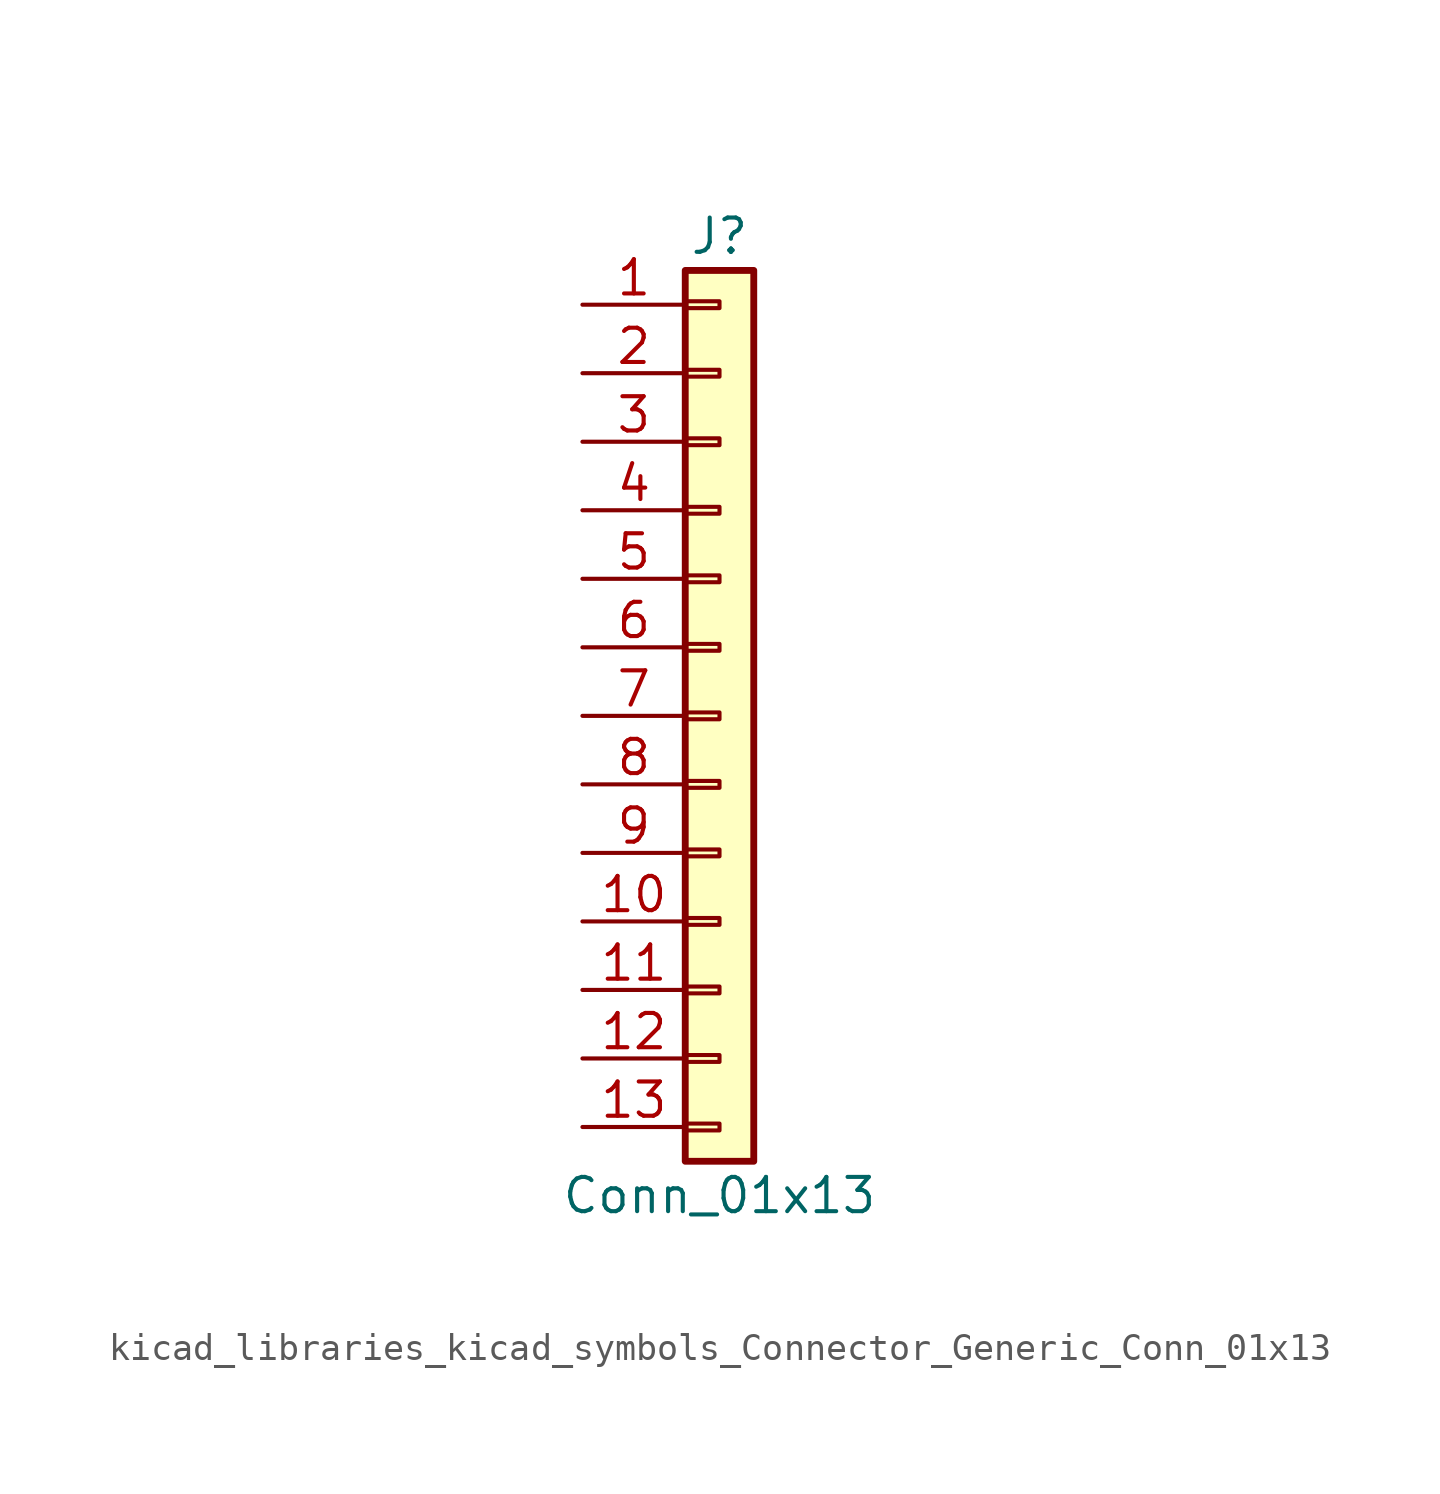
<source format=kicad_sym>
(kicad_symbol_lib
  (version 20220914)
  (generator kicad_symbol_editor)
  (symbol "kicad_libraries_kicad_symbols_Connector_Generic_Conn_01x13"
    (pin_names
      (offset 1.016) hide)
    (property "Reference" "J"
      (at 0 17.78 0)
      (effects (font (size 1.27 1.27))))
    (property "Value" "Conn_01x13"
      (at 0 -17.78 0)
      (effects (font (size 1.27 1.27))))
    (symbol "kicad_libraries_kicad_symbols_Connector_Generic_Conn_01x13_1_1"
      (rectangle (start -1.27 -15.113) (end 0 -15.367) (stroke (width 0.152) (type default)) (fill (type none)))
      (rectangle (start -1.27 -12.573) (end 0 -12.827) (stroke (width 0.152) (type default)) (fill (type none)))
      (rectangle (start -1.27 -10.033) (end 0 -10.287) (stroke (width 0.152) (type default)) (fill (type none)))
      (rectangle (start -1.27 -7.493) (end 0 -7.747) (stroke (width 0.152) (type default)) (fill (type none)))
      (rectangle (start -1.27 -4.953) (end 0 -5.207) (stroke (width 0.152) (type default)) (fill (type none)))
      (rectangle (start -1.27 -2.413) (end 0 -2.667) (stroke (width 0.152) (type default)) (fill (type none)))
      (rectangle (start -1.27 0.127) (end 0 -0.127) (stroke (width 0.152) (type default)) (fill (type none)))
      (rectangle (start -1.27 2.667) (end 0 2.413) (stroke (width 0.152) (type default)) (fill (type none)))
      (rectangle (start -1.27 5.207) (end 0 4.953) (stroke (width 0.152) (type default)) (fill (type none)))
      (rectangle (start -1.27 7.747) (end 0 7.493) (stroke (width 0.152) (type default)) (fill (type none)))
      (rectangle (start -1.27 10.287) (end 0 10.033) (stroke (width 0.152) (type default)) (fill (type none)))
      (rectangle (start -1.27 12.827) (end 0 12.573) (stroke (width 0.152) (type default)) (fill (type none)))
      (rectangle (start -1.27 15.367) (end 0 15.113) (stroke (width 0.152) (type default)) (fill (type none)))
      (rectangle (start -1.27 16.51) (end 1.27 -16.51) (stroke (width 0.254) (type default)) (fill (type background)))
      (pin passive line (at -5.08 15.24 0) (length 3.81) (name "Pin_1" (effects (font (size 1.27 1.27)))) (number "1" (effects (font (size 1.27 1.27)))))
      (pin passive line (at -5.08 -7.62 0) (length 3.81) (name "Pin_10" (effects (font (size 1.27 1.27)))) (number "10" (effects (font (size 1.27 1.27)))))
      (pin passive line (at -5.08 -10.16 0) (length 3.81) (name "Pin_11" (effects (font (size 1.27 1.27)))) (number "11" (effects (font (size 1.27 1.27)))))
      (pin passive line (at -5.08 -12.7 0) (length 3.81) (name "Pin_12" (effects (font (size 1.27 1.27)))) (number "12" (effects (font (size 1.27 1.27)))))
      (pin passive line (at -5.08 -15.24 0) (length 3.81) (name "Pin_13" (effects (font (size 1.27 1.27)))) (number "13" (effects (font (size 1.27 1.27)))))
      (pin passive line (at -5.08 12.7 0) (length 3.81) (name "Pin_2" (effects (font (size 1.27 1.27)))) (number "2" (effects (font (size 1.27 1.27)))))
      (pin passive line (at -5.08 10.16 0) (length 3.81) (name "Pin_3" (effects (font (size 1.27 1.27)))) (number "3" (effects (font (size 1.27 1.27)))))
      (pin passive line (at -5.08 7.62 0) (length 3.81) (name "Pin_4" (effects (font (size 1.27 1.27)))) (number "4" (effects (font (size 1.27 1.27)))))
      (pin passive line (at -5.08 5.08 0) (length 3.81) (name "Pin_5" (effects (font (size 1.27 1.27)))) (number "5" (effects (font (size 1.27 1.27)))))
      (pin passive line (at -5.08 2.54 0) (length 3.81) (name "Pin_6" (effects (font (size 1.27 1.27)))) (number "6" (effects (font (size 1.27 1.27)))))
      (pin passive line (at -5.08 0 0) (length 3.81) (name "Pin_7" (effects (font (size 1.27 1.27)))) (number "7" (effects (font (size 1.27 1.27)))))
      (pin passive line (at -5.08 -2.54 0) (length 3.81) (name "Pin_8" (effects (font (size 1.27 1.27)))) (number "8" (effects (font (size 1.27 1.27)))))
      (pin passive line (at -5.08 -5.08 0) (length 3.81) (name "Pin_9" (effects (font (size 1.27 1.27)))) (number "9" (effects (font (size 1.27 1.27))))))))
</source>
